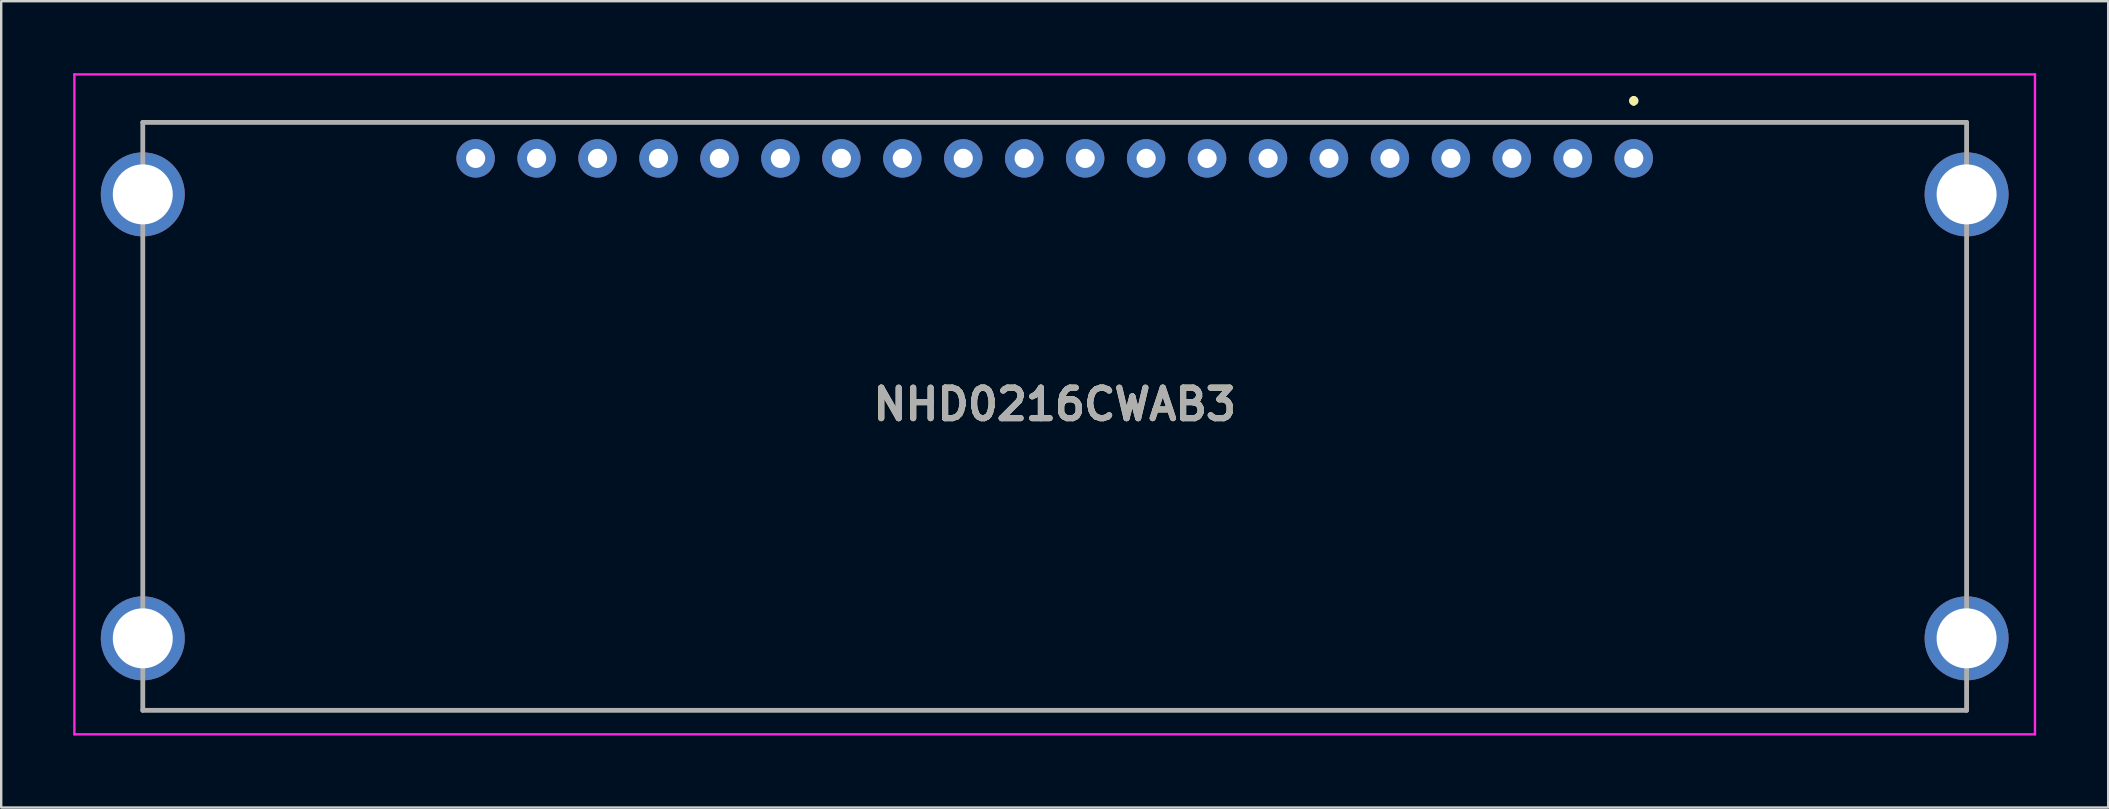
<source format=kicad_pcb>
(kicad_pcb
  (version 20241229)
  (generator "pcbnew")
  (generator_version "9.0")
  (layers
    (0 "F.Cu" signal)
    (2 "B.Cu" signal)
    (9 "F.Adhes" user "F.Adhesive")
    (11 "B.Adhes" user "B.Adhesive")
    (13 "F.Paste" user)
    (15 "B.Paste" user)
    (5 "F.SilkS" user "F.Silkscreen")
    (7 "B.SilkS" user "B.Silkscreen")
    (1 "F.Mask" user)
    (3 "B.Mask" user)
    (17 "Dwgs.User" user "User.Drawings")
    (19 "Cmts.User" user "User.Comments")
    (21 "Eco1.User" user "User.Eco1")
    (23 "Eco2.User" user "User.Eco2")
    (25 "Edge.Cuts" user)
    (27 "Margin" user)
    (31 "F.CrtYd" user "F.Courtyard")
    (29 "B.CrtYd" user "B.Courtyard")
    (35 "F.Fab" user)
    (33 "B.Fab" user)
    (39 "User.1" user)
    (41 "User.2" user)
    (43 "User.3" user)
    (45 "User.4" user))
  (footprint "NHD0216CWAB3"
    (layer "F.Cu")
    (at 2.9 14.3)
    (property "Reference" "NHD0216CWAB3" (at 38 -0.5 0) (layer "F.SilkS") (effects (font (size 1.27 1.27) (thickness 0.254))))
    (attr through_hole)
    (fp_line (start 0 -12.25) (end 76 -12.25) (stroke (width 0.1) (type solid)) (layer "F.SilkS"))
    (fp_line (start 0 -6.75) (end 0 6.85) (stroke (width 0.1) (type solid)) (layer "F.SilkS"))
    (fp_line (start 0 12.25) (end 76 12.25) (stroke (width 0.1) (type solid)) (layer "F.SilkS"))
    (fp_line (start 62.13 -13.25) (end 62.13 -13.25) (stroke (width 0.2) (type solid)) (layer "F.SilkS"))
    (fp_line (start 62.13 -13.05) (end 62.13 -13.05) (stroke (width 0.2) (type solid)) (layer "F.SilkS"))
    (fp_line (start 76 -6.75) (end 76 6.85) (stroke (width 0.1) (type solid)) (layer "F.SilkS"))
    (fp_arc (start 62.13 -13.25) (mid 62.23 -13.15) (end 62.13 -13.05) (stroke (width 0.2) (type solid)) (layer "F.SilkS"))
    (fp_arc (start 62.13 -13.05) (mid 62.03 -13.15) (end 62.13 -13.25) (stroke (width 0.2) (type solid)) (layer "F.SilkS"))
    (fp_line (start -2.85 -14.25) (end 78.85 -14.25) (stroke (width 0.1) (type solid)) (layer "F.CrtYd"))
    (fp_line (start -2.85 13.25) (end -2.85 -14.25) (stroke (width 0.1) (type solid)) (layer "F.CrtYd"))
    (fp_line (start 78.85 -14.25) (end 78.85 13.25) (stroke (width 0.1) (type solid)) (layer "F.CrtYd"))
    (fp_line (start 78.85 13.25) (end -2.85 13.25) (stroke (width 0.1) (type solid)) (layer "F.CrtYd"))
    (fp_line (start 0 -12.25) (end 76 -12.25) (stroke (width 0.2) (type solid)) (layer "F.Fab"))
    (fp_line (start 0 12.25) (end 0 -12.25) (stroke (width 0.2) (type solid)) (layer "F.Fab"))
    (fp_line (start 76 -12.25) (end 76 12.25) (stroke (width 0.2) (type solid)) (layer "F.Fab"))
    (fp_line (start 76 12.25) (end 0 12.25) (stroke (width 0.2) (type solid)) (layer "F.Fab"))
    (fp_text user "${REFERENCE}" (at 38 -0.5 0) (layer "F.Fab") (effects (font (size 1.27 1.27) (thickness 0.254))))
    (pad "1" thru_hole circle (at 62.13 -10.75) (size 1.6 1.6) (drill 0.8) (layers "*.Cu" "*.Mask"))
    (pad "2" thru_hole circle (at 59.59 -10.75) (size 1.6 1.6) (drill 0.8) (layers "*.Cu" "*.Mask"))
    (pad "3" thru_hole circle (at 57.05 -10.75) (size 1.6 1.6) (drill 0.8) (layers "*.Cu" "*.Mask"))
    (pad "4" thru_hole circle (at 54.51 -10.75) (size 1.6 1.6) (drill 0.8) (layers "*.Cu" "*.Mask"))
    (pad "5" thru_hole circle (at 51.97 -10.75) (size 1.6 1.6) (drill 0.8) (layers "*.Cu" "*.Mask"))
    (pad "6" thru_hole circle (at 49.43 -10.75) (size 1.6 1.6) (drill 0.8) (layers "*.Cu" "*.Mask"))
    (pad "7" thru_hole circle (at 46.89 -10.75) (size 1.6 1.6) (drill 0.8) (layers "*.Cu" "*.Mask"))
    (pad "8" thru_hole circle (at 44.35 -10.75) (size 1.6 1.6) (drill 0.8) (layers "*.Cu" "*.Mask"))
    (pad "9" thru_hole circle (at 41.81 -10.75) (size 1.6 1.6) (drill 0.8) (layers "*.Cu" "*.Mask"))
    (pad "10" thru_hole circle (at 39.27 -10.75) (size 1.6 1.6) (drill 0.8) (layers "*.Cu" "*.Mask"))
    (pad "11" thru_hole circle (at 36.73 -10.75) (size 1.6 1.6) (drill 0.8) (layers "*.Cu" "*.Mask"))
    (pad "12" thru_hole circle (at 34.19 -10.75) (size 1.6 1.6) (drill 0.8) (layers "*.Cu" "*.Mask"))
    (pad "13" thru_hole circle (at 31.65 -10.75) (size 1.6 1.6) (drill 0.8) (layers "*.Cu" "*.Mask"))
    (pad "14" thru_hole circle (at 29.11 -10.75) (size 1.6 1.6) (drill 0.8) (layers "*.Cu" "*.Mask"))
    (pad "15" thru_hole circle (at 26.57 -10.75) (size 1.6 1.6) (drill 0.8) (layers "*.Cu" "*.Mask"))
    (pad "16" thru_hole circle (at 24.03 -10.75) (size 1.6 1.6) (drill 0.8) (layers "*.Cu" "*.Mask"))
    (pad "17" thru_hole circle (at 21.49 -10.75) (size 1.6 1.6) (drill 0.8) (layers "*.Cu" "*.Mask"))
    (pad "18" thru_hole circle (at 18.95 -10.75) (size 1.6 1.6) (drill 0.8) (layers "*.Cu" "*.Mask"))
    (pad "19" thru_hole circle (at 16.41 -10.75) (size 1.6 1.6) (drill 0.8) (layers "*.Cu" "*.Mask"))
    (pad "20" thru_hole circle (at 13.87 -10.75) (size 1.6 1.6) (drill 0.8) (layers "*.Cu" "*.Mask"))
    (pad "MH1" thru_hole circle (at 0 -9.25) (size 3.5 3.5) (drill 2.5) (layers "*.Cu" "*.Mask"))
    (pad "MH2" thru_hole circle (at 0 9.25) (size 3.5 3.5) (drill 2.5) (layers "*.Cu" "*.Mask"))
    (pad "MH3" thru_hole circle (at 76 9.25) (size 3.5 3.5) (drill 2.5) (layers "*.Cu" "*.Mask"))
    (pad "MH4" thru_hole circle (at 76 -9.25) (size 3.5 3.5) (drill 2.5) (layers "*.Cu" "*.Mask")))
  (gr_rect
    (start -3 -3)
    (end 84.8 30.6)
    (stroke (width 0.1) (type default))
    (fill no)
    (layer "Edge.Cuts")))
</source>
